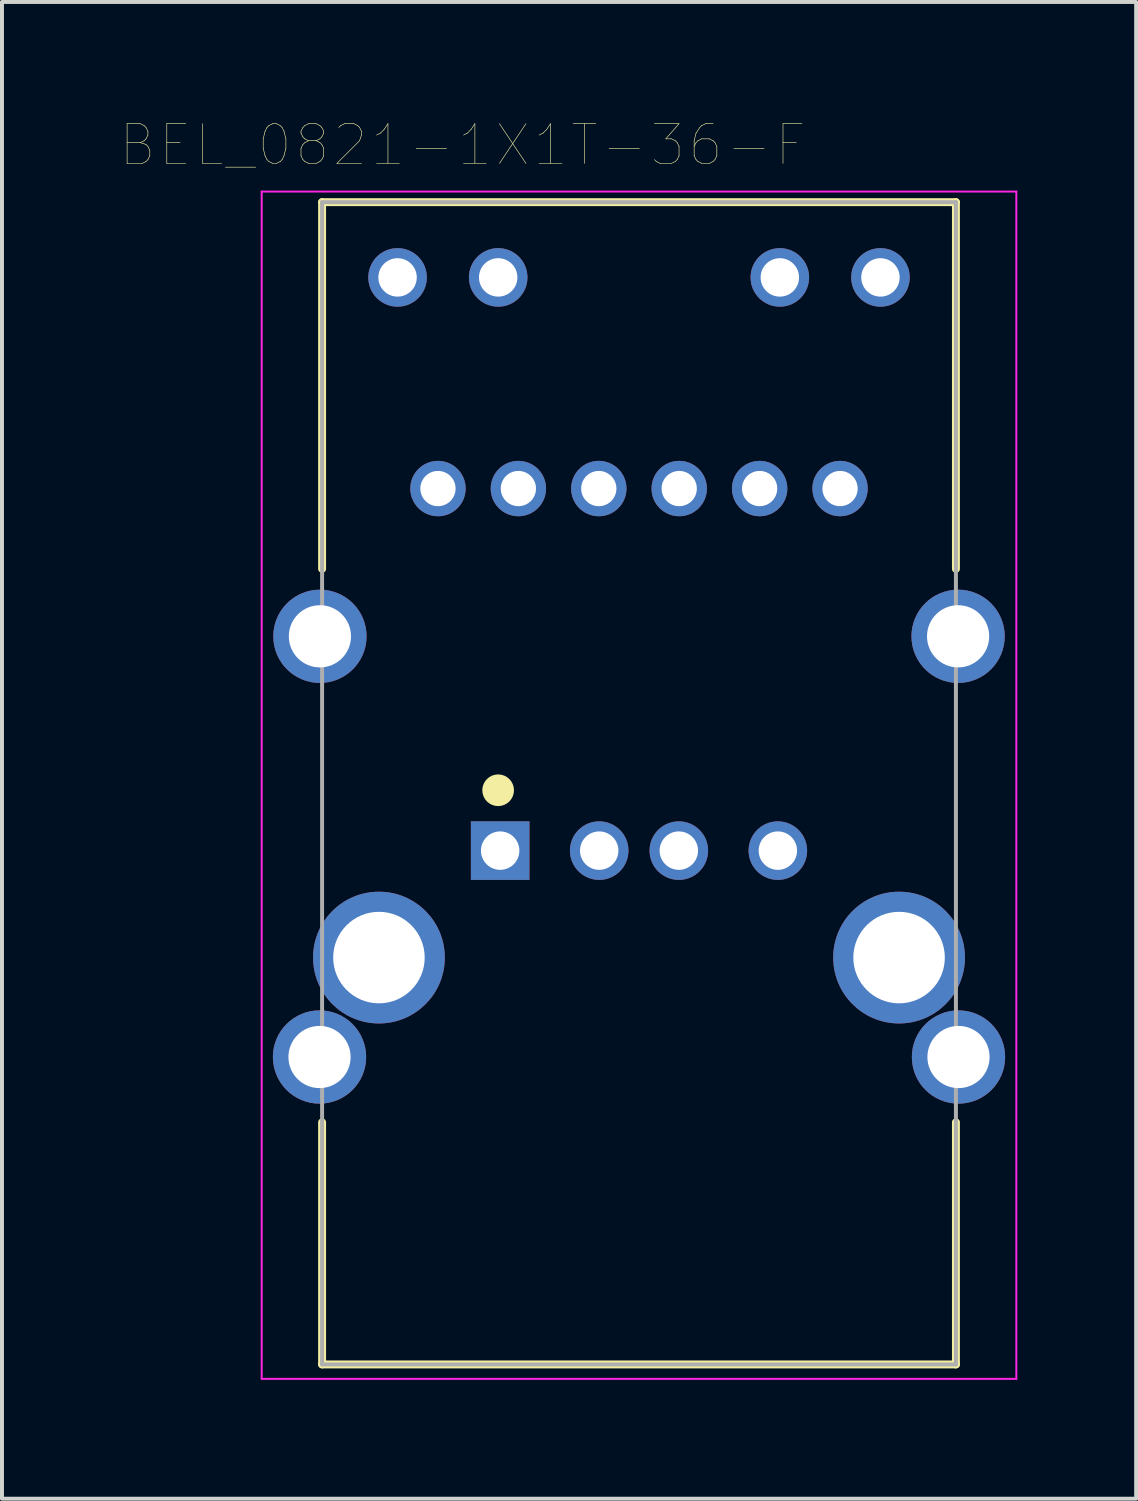
<source format=kicad_pcb>
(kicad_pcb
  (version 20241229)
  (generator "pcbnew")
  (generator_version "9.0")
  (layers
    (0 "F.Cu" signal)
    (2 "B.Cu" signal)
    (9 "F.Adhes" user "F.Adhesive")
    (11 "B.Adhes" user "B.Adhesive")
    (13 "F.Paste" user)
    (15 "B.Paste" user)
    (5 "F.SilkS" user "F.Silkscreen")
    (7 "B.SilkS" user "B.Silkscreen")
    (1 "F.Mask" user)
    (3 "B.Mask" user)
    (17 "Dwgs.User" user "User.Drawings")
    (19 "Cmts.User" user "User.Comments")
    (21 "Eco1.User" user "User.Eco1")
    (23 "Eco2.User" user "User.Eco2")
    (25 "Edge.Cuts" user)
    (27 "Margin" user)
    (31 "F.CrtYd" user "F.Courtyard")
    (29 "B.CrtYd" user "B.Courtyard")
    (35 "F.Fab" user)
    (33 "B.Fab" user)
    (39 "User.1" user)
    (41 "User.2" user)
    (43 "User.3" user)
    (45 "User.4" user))
  (footprint "BEL_0821-1X1T-36-F"
    (layer "F.Cu")
    (at 13.081 18.423)
    (property "Reference" "BEL_0821-1X1T-36-F" (at -4.453 -17.811 0) (layer "F.SilkS") (effects (font (size 1.002 1.002) (thickness 0.015))))
    (attr through_hole)
    (fp_line (start -8 -16.37) (end 8 -16.37) (stroke (width 0.2) (type solid)) (layer "F.SilkS"))
    (fp_line (start -8 -7.112) (end -8 -16.37) (stroke (width 0.2) (type solid)) (layer "F.SilkS"))
    (fp_line (start -8 6.858) (end -8 12.97) (stroke (width 0.2) (type solid)) (layer "F.SilkS"))
    (fp_line (start -8 12.97) (end 8 12.97) (stroke (width 0.2) (type solid)) (layer "F.SilkS"))
    (fp_line (start 8 -16.37) (end 8 -7.112) (stroke (width 0.2) (type solid)) (layer "F.SilkS"))
    (fp_line (start 8 12.97) (end 8 6.858) (stroke (width 0.2) (type solid)) (layer "F.SilkS"))
    (fp_circle (center -3.556 -1.524) (end -3.356 -1.524) (stroke (width 0.4) (type solid)) (fill no) (layer "F.SilkS"))
    (fp_line (start -9.525 -16.637) (end 9.525 -16.637) (stroke (width 0.05) (type solid)) (layer "F.CrtYd"))
    (fp_line (start -9.525 13.335) (end -9.525 -16.637) (stroke (width 0.05) (type solid)) (layer "F.CrtYd"))
    (fp_line (start 9.525 -16.637) (end 9.525 13.335) (stroke (width 0.05) (type solid)) (layer "F.CrtYd"))
    (fp_line (start 9.525 13.335) (end -9.525 13.335) (stroke (width 0.05) (type solid)) (layer "F.CrtYd"))
    (fp_line (start -8 -16.37) (end 8 -16.37) (stroke (width 0.1) (type solid)) (layer "F.Fab"))
    (fp_line (start -8 12.97) (end -8 -16.37) (stroke (width 0.1) (type solid)) (layer "F.Fab"))
    (fp_line (start 8 -16.37) (end 8 12.97) (stroke (width 0.1) (type solid)) (layer "F.Fab"))
    (fp_line (start 8 12.97) (end -8 12.97) (stroke (width 0.1) (type solid)) (layer "F.Fab"))
    (pad "1" thru_hole rect (at -3.505 0) (size 1.478 1.478) (drill 0.97) (layers "*.Cu" "*.Mask"))
    (pad "2" thru_hole circle (at -1.005 0) (size 1.478 1.478) (drill 0.97) (layers "*.Cu" "*.Mask"))
    (pad "3" thru_hole circle (at 1.005 0) (size 1.478 1.478) (drill 0.97) (layers "*.Cu" "*.Mask"))
    (pad "4" thru_hole circle (at 3.505 0) (size 1.478 1.478) (drill 0.97) (layers "*.Cu" "*.Mask"))
    (pad "5" thru_hole circle (at 8.055 -5.41) (size 2.355 2.355) (drill 1.57) (layers "*.Cu" "*.Mask"))
    (pad "6" thru_hole circle (at -8.055 -5.41) (size 2.355 2.355) (drill 1.57) (layers "*.Cu" "*.Mask"))
    (pad "7" thru_hole circle (at 5.075 -9.14) (size 1.398 1.398) (drill 0.89) (layers "*.Cu" "*.Mask"))
    (pad "8" thru_hole circle (at 3.045 -9.14) (size 1.398 1.398) (drill 0.89) (layers "*.Cu" "*.Mask"))
    (pad "9" thru_hole circle (at 1.015 -9.14) (size 1.398 1.398) (drill 0.89) (layers "*.Cu" "*.Mask"))
    (pad "10" thru_hole circle (at -1.015 -9.14) (size 1.398 1.398) (drill 0.89) (layers "*.Cu" "*.Mask"))
    (pad "11" thru_hole circle (at -3.045 -9.14) (size 1.398 1.398) (drill 0.89) (layers "*.Cu" "*.Mask"))
    (pad "12" thru_hole circle (at -5.075 -9.14) (size 1.398 1.398) (drill 0.89) (layers "*.Cu" "*.Mask"))
    (pad "13" thru_hole circle (at 6.095 -14.47) (size 1.478 1.478) (drill 0.97) (layers "*.Cu" "*.Mask"))
    (pad "14" thru_hole circle (at 3.555 -14.47) (size 1.478 1.478) (drill 0.97) (layers "*.Cu" "*.Mask"))
    (pad "15" thru_hole circle (at -3.555 -14.47) (size 1.478 1.478) (drill 0.97) (layers "*.Cu" "*.Mask"))
    (pad "16" thru_hole circle (at -6.095 -14.47) (size 1.478 1.478) (drill 0.97) (layers "*.Cu" "*.Mask"))
    (pad "17" thru_hole circle (at -6.565 2.7) (size 3.326 3.326) (drill 2.31) (layers "*.Cu" "*.Mask"))
    (pad "18" thru_hole circle (at 6.565 2.7) (size 3.326 3.326) (drill 2.31) (layers "*.Cu" "*.Mask"))
    (pad "19" thru_hole circle (at -8.065 5.21) (size 2.355 2.355) (drill 1.57) (layers "*.Cu" "*.Mask"))
    (pad "20" thru_hole circle (at 8.065 5.21) (size 2.355 2.355) (drill 1.57) (layers "*.Cu" "*.Mask")))
  (gr_rect
    (start -3 -3)
    (end 25.631 34.783)
    (stroke (width 0.1) (type default))
    (fill no)
    (layer "Edge.Cuts")))
</source>
